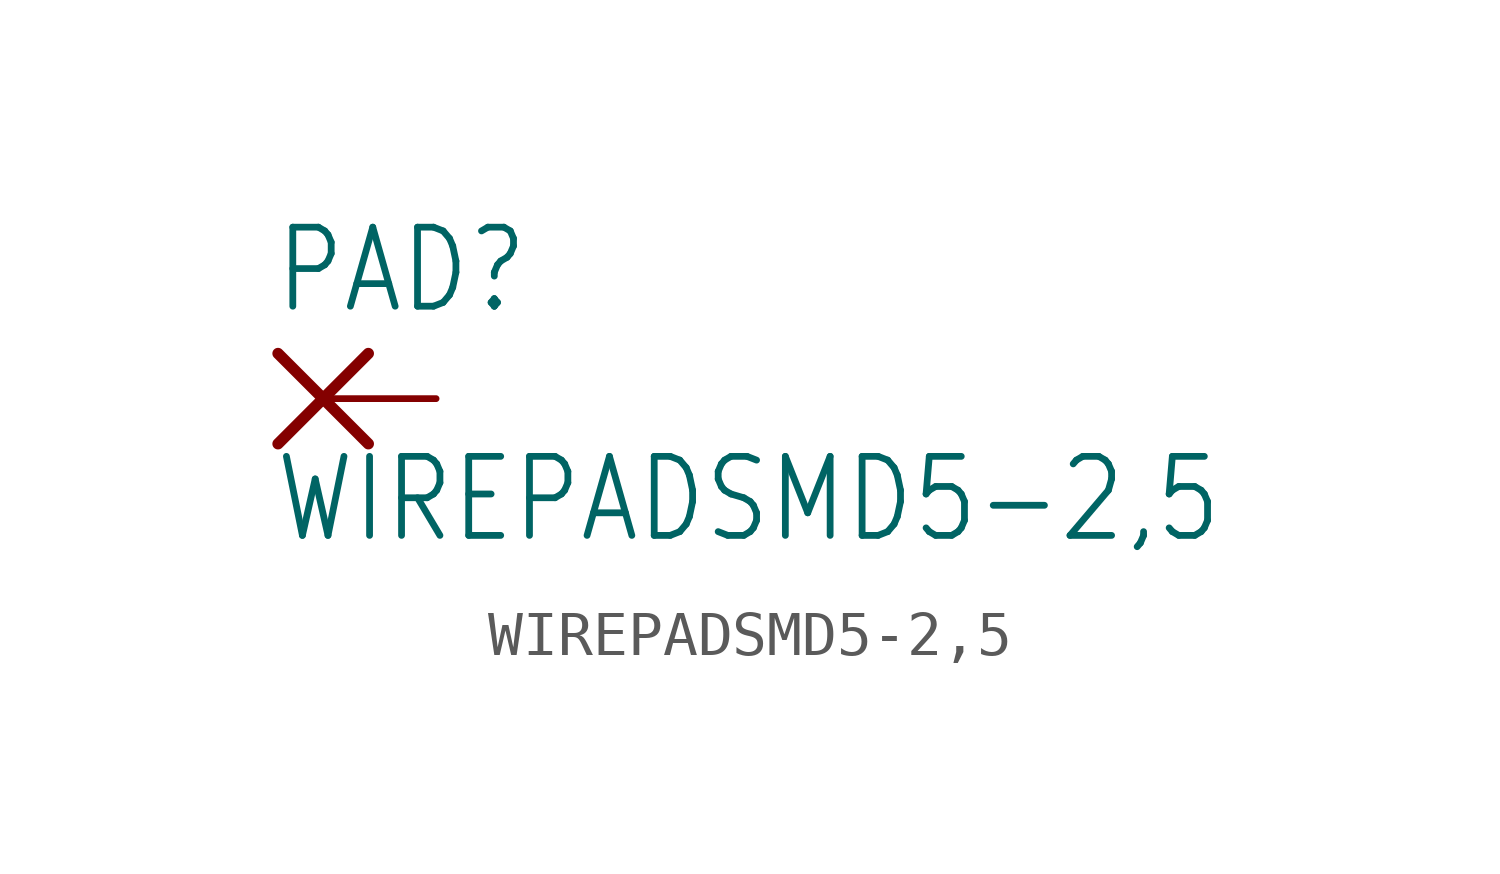
<source format=kicad_sym>
(kicad_symbol_lib
  (version 20211014)
  (generator kicad_symbol_editor)
  (symbol "WIREPADSMD5-2,5"
    (property "Reference" "PAD"
      (at -1.143 1.854 0)
      (effects (font (size 1.778 1.511)) (justify left bottom)))
    (property "Value" "WIREPADSMD5-2,5"
      (at -1.143 -3.302 0)
      (effects (font (size 1.778 1.511)) (justify left bottom)))
    (property "ki_locked" ""
      (at 0 0 0)
      (effects (font (size 1.27 1.27))))
    (symbol "WIREPADSMD5-2,5_1_0"
      (polyline (pts (xy -1.016 -1.016) (xy 1.016 1.016)) (stroke (width 0.254) (type default) (color 0 0 0 0)) (fill (type none)))
      (polyline (pts (xy -1.016 1.016) (xy 1.016 -1.016)) (stroke (width 0.254) (type default) (color 0 0 0 0)) (fill (type none)))
      (pin passive line (at 2.54 0 180) (length 2.54) (name "P" (effects (font (size 0 0)))) (number "1" (effects (font (size 0 0))))))))
</source>
